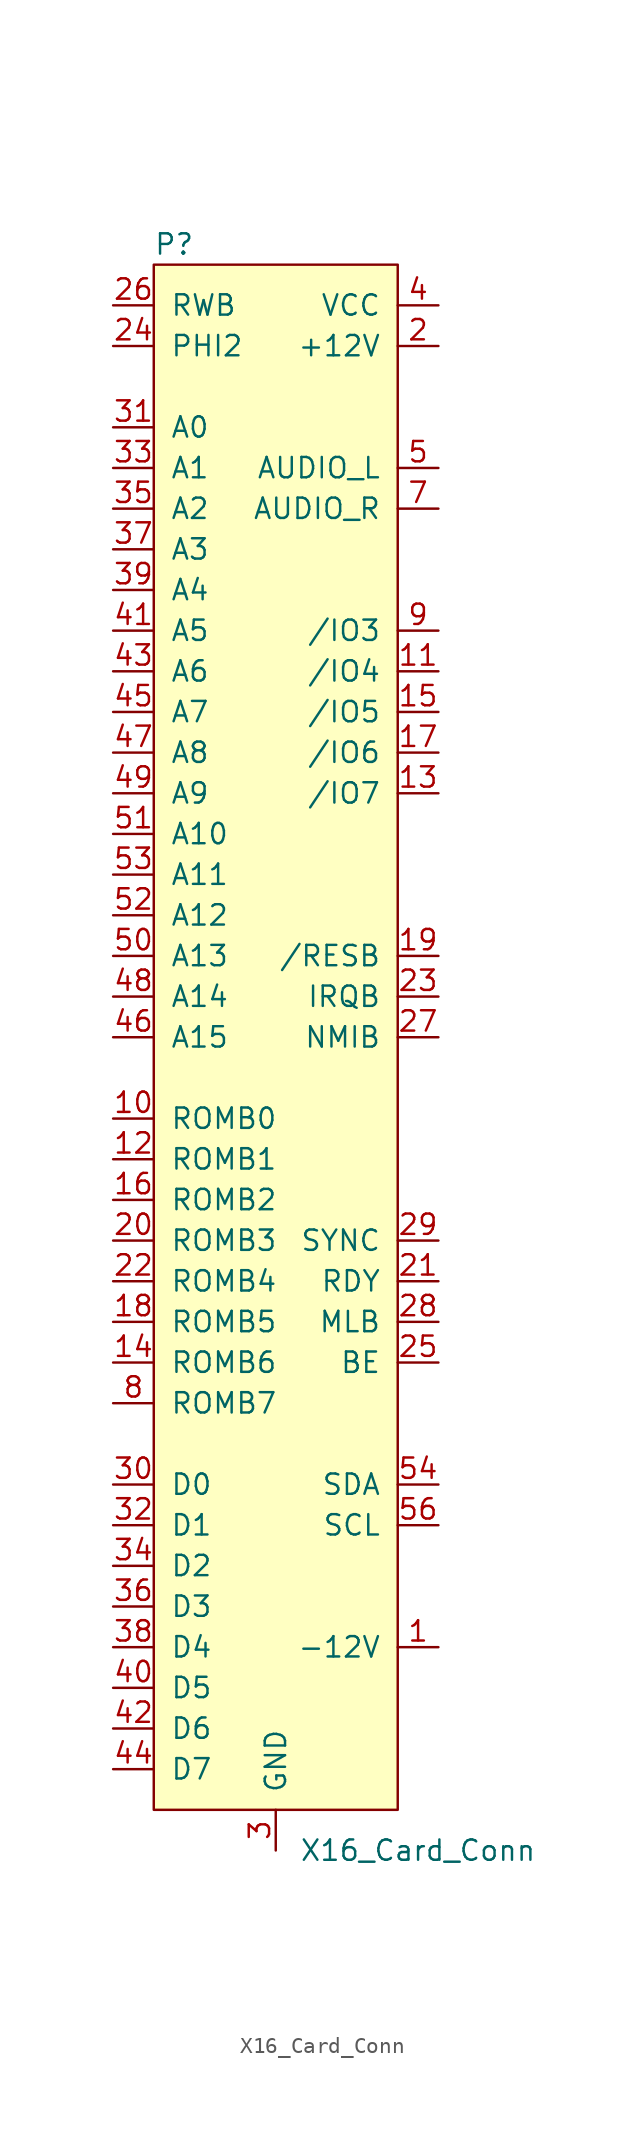
<source format=kicad_sym>
(kicad_symbol_lib
  (version 20231120)
  (generator "kicad_symbol_editor")
  (generator_version "8.0")
  (symbol "X16_Card_Conn"
    (pin_names
      (offset 1.016))
    (property "Reference" "P"
      (at -6.35 49.53 0)
      (effects (font (size 1.27 1.27))))
    (property "Value" "X16_Card_Conn"
      (at 8.89 -50.8 0)
      (effects (font (size 1.27 1.27))))
    (symbol "X16_Card_Conn_0_0"
      (pin input line (at -10.16 -15.24 0) (length 2.54) (name "ROMB4" (effects (font (size 1.27 1.27)))) (number "22" (effects (font (size 1.27 1.27)))))
      (pin bidirectional line (at -10.16 12.7 0) (length 2.54) (name "A10" (effects (font (size 1.27 1.27)))) (number "51" (effects (font (size 1.27 1.27)))))
      (pin bidirectional line (at -10.16 7.62 0) (length 2.54) (name "A12" (effects (font (size 1.27 1.27)))) (number "52" (effects (font (size 1.27 1.27)))))
      (pin bidirectional line (at -10.16 10.16 0) (length 2.54) (name "A11" (effects (font (size 1.27 1.27)))) (number "53" (effects (font (size 1.27 1.27)))))
      (pin open_collector line (at 10.16 -27.94 180) (length 2.54) (name "SDA" (effects (font (size 1.27 1.27)))) (number "54" (effects (font (size 1.27 1.27)))))
      (pin passive line (at 0 -50.8 90) (length 2.54) hide (name "GND" (effects (font (size 1.27 1.27)))) (number "55" (effects (font (size 1.27 1.27)))))
      (pin passive line (at 10.16 45.72 180) (length 2.54) hide (name "VCC" (effects (font (size 1.27 1.27)))) (number "57" (effects (font (size 1.27 1.27)))))
      (pin passive line (at 0 -50.8 90) (length 2.54) hide (name "GND" (effects (font (size 1.27 1.27)))) (number "58" (effects (font (size 1.27 1.27)))))
      (pin passive line (at 10.16 43.18 180) (length 2.54) hide (name "+12V" (effects (font (size 1.27 1.27)))) (number "59" (effects (font (size 1.27 1.27)))))
      (pin passive line (at 10.16 -38.1 180) (length 2.54) hide (name "-12V" (effects (font (size 1.27 1.27)))) (number "60" (effects (font (size 1.27 1.27))))))
    (symbol "X16_Card_Conn_0_1"
      (rectangle (start -7.62 48.26) (end 7.62 -48.26) (stroke (width 0) (type default)) (fill (type background)))
      (pin input line (at -10.16 -5.08 0) (length 2.54) (name "ROMB0" (effects (font (size 1.27 1.27)))) (number "10" (effects (font (size 1.27 1.27)))))
      (pin input line (at -10.16 -7.62 0) (length 2.54) (name "ROMB1" (effects (font (size 1.27 1.27)))) (number "12" (effects (font (size 1.27 1.27)))))
      (pin power_in line (at 10.16 45.72 180) (length 2.54) (name "VCC" (effects (font (size 1.27 1.27)))) (number "4" (effects (font (size 1.27 1.27)))))
      (pin bidirectional line (at -10.16 17.78 0) (length 2.54) (name "A8" (effects (font (size 1.27 1.27)))) (number "47" (effects (font (size 1.27 1.27)))))
      (pin bidirectional line (at -10.16 2.54 0) (length 2.54) (name "A14" (effects (font (size 1.27 1.27)))) (number "48" (effects (font (size 1.27 1.27))))))
    (symbol "X16_Card_Conn_1_1"
      (pin power_in line (at 10.16 -38.1 180) (length 2.54) (name "-12V" (effects (font (size 1.27 1.27)))) (number "1" (effects (font (size 1.27 1.27)))))
      (pin input line (at 10.16 22.86 180) (length 2.54) (name "/IO4" (effects (font (size 1.27 1.27)))) (number "11" (effects (font (size 1.27 1.27)))))
      (pin input line (at 10.16 15.24 180) (length 2.54) (name "/IO7" (effects (font (size 1.27 1.27)))) (number "13" (effects (font (size 1.27 1.27)))))
      (pin input line (at -10.16 -20.32 0) (length 2.54) (name "ROMB6" (effects (font (size 1.27 1.27)))) (number "14" (effects (font (size 1.27 1.27)))))
      (pin input line (at 10.16 20.32 180) (length 2.54) (name "/IO5" (effects (font (size 1.27 1.27)))) (number "15" (effects (font (size 1.27 1.27)))))
      (pin input line (at -10.16 -10.16 0) (length 2.54) (name "ROMB2" (effects (font (size 1.27 1.27)))) (number "16" (effects (font (size 1.27 1.27)))))
      (pin input line (at 10.16 17.78 180) (length 2.54) (name "/IO6" (effects (font (size 1.27 1.27)))) (number "17" (effects (font (size 1.27 1.27)))))
      (pin input line (at -10.16 -17.78 0) (length 2.54) (name "ROMB5" (effects (font (size 1.27 1.27)))) (number "18" (effects (font (size 1.27 1.27)))))
      (pin open_collector line (at 10.16 5.08 180) (length 2.54) (name "/RESB" (effects (font (size 1.27 1.27)))) (number "19" (effects (font (size 1.27 1.27)))))
      (pin power_in line (at 10.16 43.18 180) (length 2.54) (name "+12V" (effects (font (size 1.27 1.27)))) (number "2" (effects (font (size 1.27 1.27)))))
      (pin input line (at -10.16 -12.7 0) (length 2.54) (name "ROMB3" (effects (font (size 1.27 1.27)))) (number "20" (effects (font (size 1.27 1.27)))))
      (pin bidirectional line (at 10.16 -15.24 180) (length 2.54) (name "RDY" (effects (font (size 1.27 1.27)))) (number "21" (effects (font (size 1.27 1.27)))))
      (pin open_collector line (at 10.16 2.54 180) (length 2.54) (name "IRQB" (effects (font (size 1.27 1.27)))) (number "23" (effects (font (size 1.27 1.27)))))
      (pin input line (at -10.16 43.18 0) (length 2.54) (name "PHI2" (effects (font (size 1.27 1.27)))) (number "24" (effects (font (size 1.27 1.27)))))
      (pin passive line (at 10.16 -20.32 180) (length 2.54) (name "BE" (effects (font (size 1.27 1.27)))) (number "25" (effects (font (size 1.27 1.27)))))
      (pin input line (at -10.16 45.72 0) (length 2.54) (name "RWB" (effects (font (size 1.27 1.27)))) (number "26" (effects (font (size 1.27 1.27)))))
      (pin open_collector line (at 10.16 0 180) (length 2.54) (name "NMIB" (effects (font (size 1.27 1.27)))) (number "27" (effects (font (size 1.27 1.27)))))
      (pin input line (at 10.16 -17.78 180) (length 2.54) (name "MLB" (effects (font (size 1.27 1.27)))) (number "28" (effects (font (size 1.27 1.27)))))
      (pin input line (at 10.16 -12.7 180) (length 2.54) (name "SYNC" (effects (font (size 1.27 1.27)))) (number "29" (effects (font (size 1.27 1.27)))))
      (pin power_in line (at 0 -50.8 90) (length 2.54) (name "GND" (effects (font (size 1.27 1.27)))) (number "3" (effects (font (size 1.27 1.27)))))
      (pin bidirectional line (at -10.16 -27.94 0) (length 2.54) (name "D0" (effects (font (size 1.27 1.27)))) (number "30" (effects (font (size 1.27 1.27)))))
      (pin bidirectional line (at -10.16 38.1 0) (length 2.54) (name "A0" (effects (font (size 1.27 1.27)))) (number "31" (effects (font (size 1.27 1.27)))))
      (pin bidirectional line (at -10.16 -30.48 0) (length 2.54) (name "D1" (effects (font (size 1.27 1.27)))) (number "32" (effects (font (size 1.27 1.27)))))
      (pin bidirectional line (at -10.16 35.56 0) (length 2.54) (name "A1" (effects (font (size 1.27 1.27)))) (number "33" (effects (font (size 1.27 1.27)))))
      (pin bidirectional line (at -10.16 -33.02 0) (length 2.54) (name "D2" (effects (font (size 1.27 1.27)))) (number "34" (effects (font (size 1.27 1.27)))))
      (pin bidirectional line (at -10.16 33.02 0) (length 2.54) (name "A2" (effects (font (size 1.27 1.27)))) (number "35" (effects (font (size 1.27 1.27)))))
      (pin bidirectional line (at -10.16 -35.56 0) (length 2.54) (name "D3" (effects (font (size 1.27 1.27)))) (number "36" (effects (font (size 1.27 1.27)))))
      (pin bidirectional line (at -10.16 30.48 0) (length 2.54) (name "A3" (effects (font (size 1.27 1.27)))) (number "37" (effects (font (size 1.27 1.27)))))
      (pin bidirectional line (at -10.16 -38.1 0) (length 2.54) (name "D4" (effects (font (size 1.27 1.27)))) (number "38" (effects (font (size 1.27 1.27)))))
      (pin bidirectional line (at -10.16 27.94 0) (length 2.54) (name "A4" (effects (font (size 1.27 1.27)))) (number "39" (effects (font (size 1.27 1.27)))))
      (pin bidirectional line (at -10.16 -40.64 0) (length 2.54) (name "D5" (effects (font (size 1.27 1.27)))) (number "40" (effects (font (size 1.27 1.27)))))
      (pin bidirectional line (at -10.16 25.4 0) (length 2.54) (name "A5" (effects (font (size 1.27 1.27)))) (number "41" (effects (font (size 1.27 1.27)))))
      (pin bidirectional line (at -10.16 -43.18 0) (length 2.54) (name "D6" (effects (font (size 1.27 1.27)))) (number "42" (effects (font (size 1.27 1.27)))))
      (pin bidirectional line (at -10.16 22.86 0) (length 2.54) (name "A6" (effects (font (size 1.27 1.27)))) (number "43" (effects (font (size 1.27 1.27)))))
      (pin bidirectional line (at -10.16 -45.72 0) (length 2.54) (name "D7" (effects (font (size 1.27 1.27)))) (number "44" (effects (font (size 1.27 1.27)))))
      (pin bidirectional line (at -10.16 20.32 0) (length 2.54) (name "A7" (effects (font (size 1.27 1.27)))) (number "45" (effects (font (size 1.27 1.27)))))
      (pin bidirectional line (at -10.16 0 0) (length 2.54) (name "A15" (effects (font (size 1.27 1.27)))) (number "46" (effects (font (size 1.27 1.27)))))
      (pin bidirectional line (at -10.16 15.24 0) (length 2.54) (name "A9" (effects (font (size 1.27 1.27)))) (number "49" (effects (font (size 1.27 1.27)))))
      (pin output line (at 10.16 35.56 180) (length 2.54) (name "AUDIO_L" (effects (font (size 1.27 1.27)))) (number "5" (effects (font (size 1.27 1.27)))))
      (pin bidirectional line (at -10.16 5.08 0) (length 2.54) (name "A13" (effects (font (size 1.27 1.27)))) (number "50" (effects (font (size 1.27 1.27)))))
      (pin open_collector line (at 10.16 -30.48 180) (length 2.54) (name "SCL" (effects (font (size 1.27 1.27)))) (number "56" (effects (font (size 1.27 1.27)))))
      (pin passive line (at 0 -50.8 90) (length 2.54) hide (name "GND" (effects (font (size 1.27 1.27)))) (number "6" (effects (font (size 1.27 1.27)))))
      (pin output line (at 10.16 33.02 180) (length 2.54) (name "AUDIO_R" (effects (font (size 1.27 1.27)))) (number "7" (effects (font (size 1.27 1.27)))))
      (pin input line (at -10.16 -22.86 0) (length 2.54) (name "ROMB7" (effects (font (size 1.27 1.27)))) (number "8" (effects (font (size 1.27 1.27)))))
      (pin input line (at 10.16 25.4 180) (length 2.54) (name "/IO3" (effects (font (size 1.27 1.27)))) (number "9" (effects (font (size 1.27 1.27))))))))
</source>
